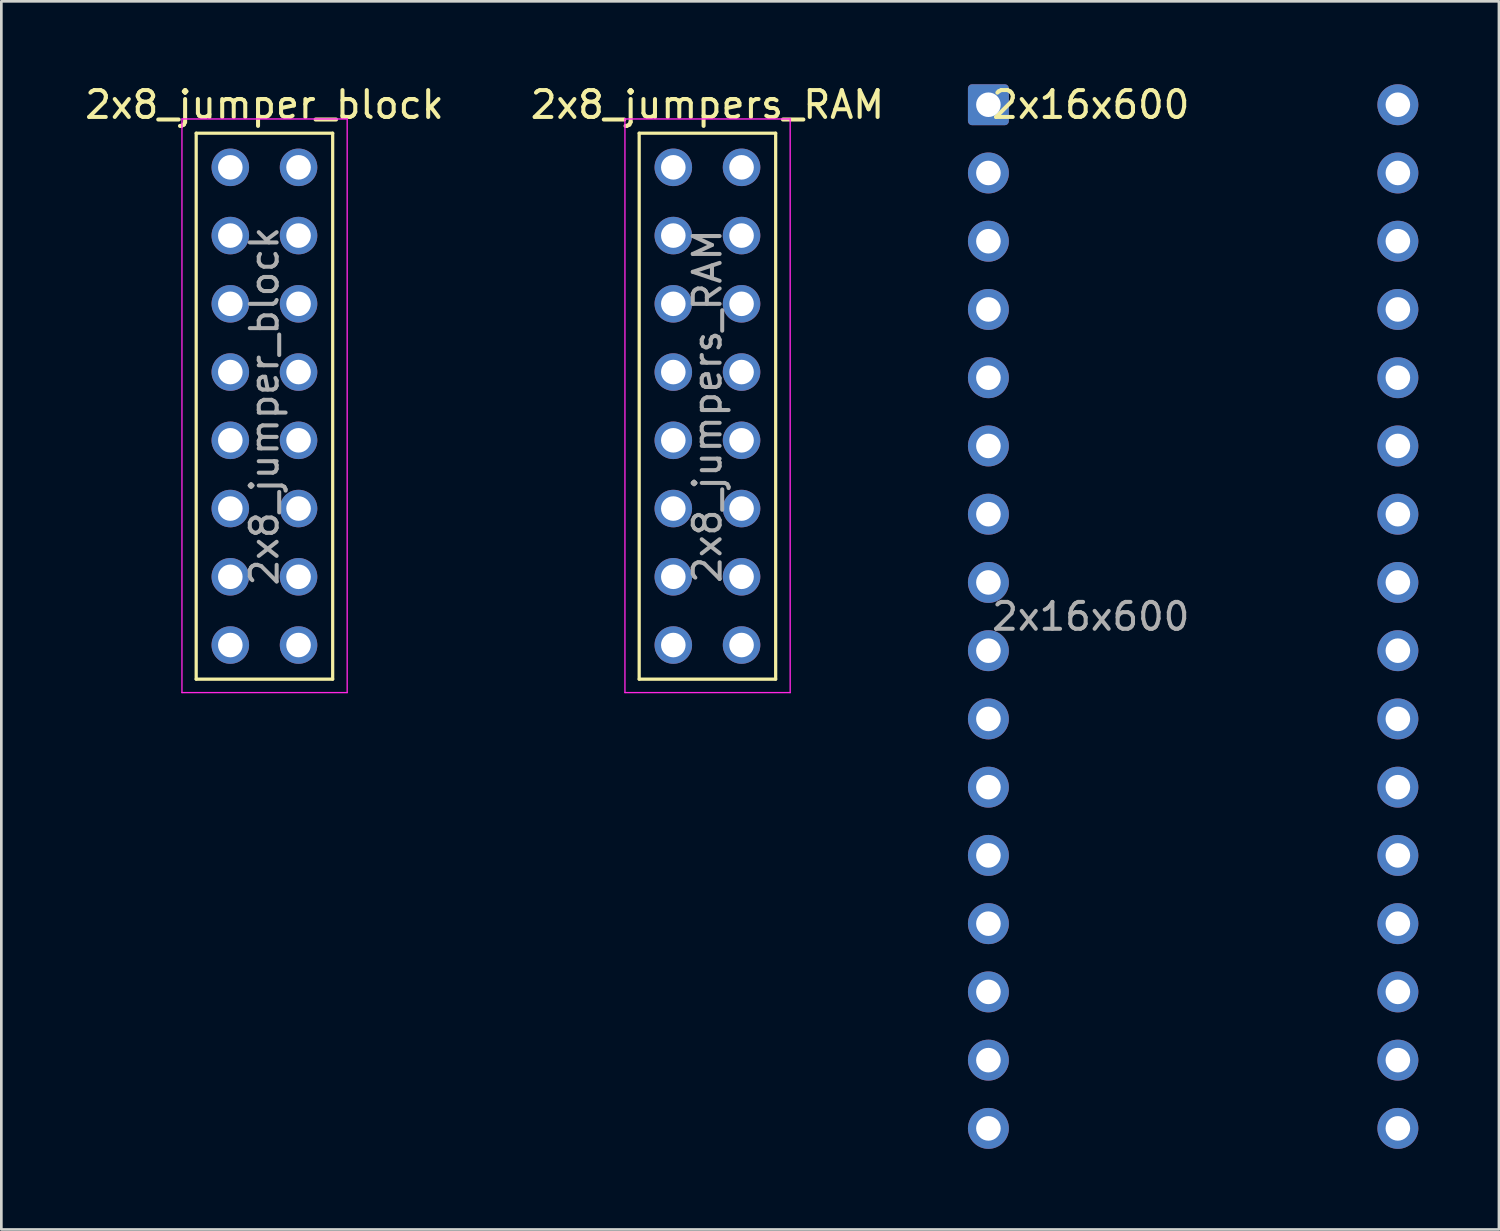
<source format=kicad_pcb>
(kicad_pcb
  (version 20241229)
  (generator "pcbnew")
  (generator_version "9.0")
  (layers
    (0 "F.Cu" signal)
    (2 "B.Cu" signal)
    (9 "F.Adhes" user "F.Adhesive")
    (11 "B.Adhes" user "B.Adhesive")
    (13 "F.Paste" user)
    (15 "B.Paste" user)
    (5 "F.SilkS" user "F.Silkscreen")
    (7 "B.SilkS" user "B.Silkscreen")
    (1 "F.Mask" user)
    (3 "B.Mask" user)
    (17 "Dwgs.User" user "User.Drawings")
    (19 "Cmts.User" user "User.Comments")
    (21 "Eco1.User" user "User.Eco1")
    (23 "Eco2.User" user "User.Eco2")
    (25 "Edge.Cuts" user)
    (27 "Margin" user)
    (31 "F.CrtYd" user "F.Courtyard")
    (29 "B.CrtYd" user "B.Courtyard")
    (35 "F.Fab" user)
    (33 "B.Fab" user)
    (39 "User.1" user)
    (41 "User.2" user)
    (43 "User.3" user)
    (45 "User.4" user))
  (footprint "2x16x600"
    (layer "F.Cu")
    (at 41.358 19.898)
    (property "Reference" "2x16x600" (at -3.81 -19.05 0) (layer "F.SilkS") (effects (font (size 1 1) (thickness 0.15))))
    (attr through_hole)
    (fp_text user "${REFERENCE}" (at -3.81 0 0) (layer "F.Fab") (effects (font (size 1 1) (thickness 0.15))))
    (pad "1" thru_hole roundrect (at -7.62 -19.05) (size 1.524 1.524) (drill 0.914) (layers "*.Cu" "*.Mask") (roundrect_rratio 0.1))
    (pad "2" thru_hole circle (at -7.62 -16.51) (size 1.524 1.524) (drill 0.914) (layers "*.Cu" "*.Mask"))
    (pad "3" thru_hole circle (at -7.62 -13.97) (size 1.524 1.524) (drill 0.914) (layers "*.Cu" "*.Mask"))
    (pad "4" thru_hole circle (at -7.62 -11.43) (size 1.524 1.524) (drill 0.914) (layers "*.Cu" "*.Mask"))
    (pad "5" thru_hole circle (at -7.62 -8.89) (size 1.524 1.524) (drill 0.914) (layers "*.Cu" "*.Mask"))
    (pad "6" thru_hole circle (at -7.62 -6.35) (size 1.524 1.524) (drill 0.914) (layers "*.Cu" "*.Mask"))
    (pad "7" thru_hole circle (at -7.62 -3.81) (size 1.524 1.524) (drill 0.914) (layers "*.Cu" "*.Mask"))
    (pad "8" thru_hole circle (at -7.62 -1.27) (size 1.524 1.524) (drill 0.914) (layers "*.Cu" "*.Mask"))
    (pad "9" thru_hole circle (at -7.62 1.27) (size 1.524 1.524) (drill 0.914) (layers "*.Cu" "*.Mask"))
    (pad "10" thru_hole circle (at -7.62 3.81) (size 1.524 1.524) (drill 0.914) (layers "*.Cu" "*.Mask"))
    (pad "11" thru_hole circle (at -7.62 6.35) (size 1.524 1.524) (drill 0.914) (layers "*.Cu" "*.Mask"))
    (pad "12" thru_hole circle (at -7.62 8.89) (size 1.524 1.524) (drill 0.914) (layers "*.Cu" "*.Mask"))
    (pad "13" thru_hole circle (at -7.62 11.43) (size 1.524 1.524) (drill 0.914) (layers "*.Cu" "*.Mask"))
    (pad "14" thru_hole circle (at -7.62 13.97) (size 1.524 1.524) (drill 0.914) (layers "*.Cu" "*.Mask"))
    (pad "15" thru_hole circle (at -7.62 16.51) (size 1.524 1.524) (drill 0.914) (layers "*.Cu" "*.Mask"))
    (pad "16" thru_hole circle (at -7.62 19.05) (size 1.524 1.524) (drill 0.914) (layers "*.Cu" "*.Mask"))
    (pad "17" thru_hole circle (at 7.62 19.05) (size 1.524 1.524) (drill 0.914) (layers "*.Cu" "*.Mask"))
    (pad "18" thru_hole circle (at 7.62 16.51) (size 1.524 1.524) (drill 0.914) (layers "*.Cu" "*.Mask"))
    (pad "19" thru_hole circle (at 7.62 13.97) (size 1.524 1.524) (drill 0.914) (layers "*.Cu" "*.Mask"))
    (pad "20" thru_hole circle (at 7.62 11.43) (size 1.524 1.524) (drill 0.914) (layers "*.Cu" "*.Mask"))
    (pad "21" thru_hole circle (at 7.62 8.89) (size 1.524 1.524) (drill 0.914) (layers "*.Cu" "*.Mask"))
    (pad "22" thru_hole circle (at 7.62 6.35) (size 1.524 1.524) (drill 0.914) (layers "*.Cu" "*.Mask"))
    (pad "23" thru_hole circle (at 7.62 3.81) (size 1.524 1.524) (drill 0.914) (layers "*.Cu" "*.Mask"))
    (pad "24" thru_hole circle (at 7.62 1.27) (size 1.524 1.524) (drill 0.914) (layers "*.Cu" "*.Mask"))
    (pad "25" thru_hole circle (at 7.62 -1.27) (size 1.524 1.524) (drill 0.914) (layers "*.Cu" "*.Mask"))
    (pad "26" thru_hole circle (at 7.62 -3.81) (size 1.524 1.524) (drill 0.914) (layers "*.Cu" "*.Mask"))
    (pad "27" thru_hole circle (at 7.62 -6.35) (size 1.524 1.524) (drill 0.914) (layers "*.Cu" "*.Mask"))
    (pad "28" thru_hole circle (at 7.62 -8.89) (size 1.524 1.524) (drill 0.914) (layers "*.Cu" "*.Mask"))
    (pad "29" thru_hole circle (at 7.62 -11.43) (size 1.524 1.524) (drill 0.914) (layers "*.Cu" "*.Mask"))
    (pad "30" thru_hole circle (at 7.62 -13.97) (size 1.524 1.524) (drill 0.914) (layers "*.Cu" "*.Mask"))
    (pad "31" thru_hole circle (at 7.62 -16.51) (size 1.524 1.524) (drill 0.914) (layers "*.Cu" "*.Mask"))
    (pad "32" thru_hole circle (at 7.62 -19.05) (size 1.524 1.524) (drill 0.914) (layers "*.Cu" "*.Mask")))
  (footprint "2x8_jumpers_RAM"
    (layer "F.Cu")
    (at 22.01 3.178)
    (property "Reference" "2x8_jumpers_RAM" (at 1.27 -2.33 0) (layer "F.SilkS") (effects (font (size 1 1) (thickness 0.15))))
    (attr through_hole)
    (fp_line (start -1.27 -1.27) (end 3.81 -1.27) (stroke (width 0.12) (type solid)) (layer "F.SilkS"))
    (fp_line (start -1.27 19.05) (end -1.27 -1.27) (stroke (width 0.12) (type solid)) (layer "F.SilkS"))
    (fp_line (start 3.81 -1.27) (end 3.81 19.05) (stroke (width 0.12) (type solid)) (layer "F.SilkS"))
    (fp_line (start 3.81 19.05) (end -1.27 19.05) (stroke (width 0.12) (type solid)) (layer "F.SilkS"))
    (fp_line (start -1.8 -1.8) (end -1.8 19.55) (stroke (width 0.05) (type solid)) (layer "F.CrtYd"))
    (fp_line (start -1.8 19.55) (end 4.35 19.55) (stroke (width 0.05) (type solid)) (layer "F.CrtYd"))
    (fp_line (start 4.35 -1.8) (end -1.8 -1.8) (stroke (width 0.05) (type solid)) (layer "F.CrtYd"))
    (fp_line (start 4.35 19.55) (end 4.35 -1.8) (stroke (width 0.05) (type solid)) (layer "F.CrtYd"))
    (fp_text user "${REFERENCE}" (at 1.27 8.89 90) (layer "F.Fab") (effects (font (size 1 1) (thickness 0.15))))
    (pad "1" thru_hole circle (at 0 0) (size 1.397 1.397) (drill 0.914) (layers "*.Cu" "*.Mask"))
    (pad "2" thru_hole circle (at 2.54 0) (size 1.397 1.397) (drill 0.914) (layers "*.Cu" "*.Mask"))
    (pad "3" thru_hole circle (at 0 2.54) (size 1.397 1.397) (drill 0.914) (layers "*.Cu" "*.Mask"))
    (pad "4" thru_hole circle (at 2.54 2.54) (size 1.397 1.397) (drill 0.914) (layers "*.Cu" "*.Mask"))
    (pad "5" thru_hole circle (at 0 5.08) (size 1.397 1.397) (drill 0.914) (layers "*.Cu" "*.Mask"))
    (pad "6" thru_hole circle (at 2.54 5.08) (size 1.397 1.397) (drill 0.914) (layers "*.Cu" "*.Mask"))
    (pad "7" thru_hole circle (at 0 7.62) (size 1.397 1.397) (drill 0.914) (layers "*.Cu" "*.Mask"))
    (pad "8" thru_hole circle (at 2.54 7.62) (size 1.397 1.397) (drill 0.914) (layers "*.Cu" "*.Mask"))
    (pad "9" thru_hole circle (at 0 10.16) (size 1.397 1.397) (drill 0.914) (layers "*.Cu" "*.Mask"))
    (pad "10" thru_hole circle (at 2.54 10.16) (size 1.397 1.397) (drill 0.914) (layers "*.Cu" "*.Mask"))
    (pad "11" thru_hole circle (at 0 12.7) (size 1.397 1.397) (drill 0.914) (layers "*.Cu" "*.Mask"))
    (pad "12" thru_hole circle (at 2.54 12.7) (size 1.397 1.397) (drill 0.914) (layers "*.Cu" "*.Mask"))
    (pad "13" thru_hole circle (at 0 15.24) (size 1.397 1.397) (drill 0.914) (layers "*.Cu" "*.Mask"))
    (pad "14" thru_hole circle (at 2.54 15.24) (size 1.397 1.397) (drill 0.914) (layers "*.Cu" "*.Mask"))
    (pad "15" thru_hole circle (at 0 17.78) (size 1.397 1.397) (drill 0.914) (layers "*.Cu" "*.Mask"))
    (pad "16" thru_hole circle (at 2.54 17.78) (size 1.397 1.397) (drill 0.914) (layers "*.Cu" "*.Mask")))
  (footprint "2x8_jumper_block"
    (layer "F.Cu")
    (at 5.522 3.178)
    (property "Reference" "2x8_jumper_block" (at 1.27 -2.33 0) (layer "F.SilkS") (effects (font (size 1 1) (thickness 0.15))))
    (attr through_hole)
    (fp_line (start -1.27 -1.27) (end 3.81 -1.27) (stroke (width 0.12) (type solid)) (layer "F.SilkS"))
    (fp_line (start -1.27 19.05) (end -1.27 -1.27) (stroke (width 0.12) (type solid)) (layer "F.SilkS"))
    (fp_line (start 3.81 -1.27) (end 3.81 19.05) (stroke (width 0.12) (type solid)) (layer "F.SilkS"))
    (fp_line (start 3.81 19.05) (end -1.27 19.05) (stroke (width 0.12) (type solid)) (layer "F.SilkS"))
    (fp_line (start -1.8 -1.8) (end -1.8 19.55) (stroke (width 0.05) (type solid)) (layer "F.CrtYd"))
    (fp_line (start -1.8 19.55) (end 4.35 19.55) (stroke (width 0.05) (type solid)) (layer "F.CrtYd"))
    (fp_line (start 4.35 -1.8) (end -1.8 -1.8) (stroke (width 0.05) (type solid)) (layer "F.CrtYd"))
    (fp_line (start 4.35 19.55) (end 4.35 -1.8) (stroke (width 0.05) (type solid)) (layer "F.CrtYd"))
    (fp_text user "${REFERENCE}" (at 1.27 8.89 90) (layer "F.Fab") (effects (font (size 1 1) (thickness 0.15))))
    (pad "1" thru_hole circle (at 0 0) (size 1.397 1.397) (drill 0.914) (layers "*.Cu" "*.Mask"))
    (pad "2" thru_hole circle (at 2.54 0) (size 1.397 1.397) (drill 0.914) (layers "*.Cu" "*.Mask"))
    (pad "3" thru_hole circle (at 0 2.54) (size 1.397 1.397) (drill 0.914) (layers "*.Cu" "*.Mask"))
    (pad "4" thru_hole circle (at 2.54 2.54) (size 1.397 1.397) (drill 0.914) (layers "*.Cu" "*.Mask"))
    (pad "5" thru_hole circle (at 0 5.08) (size 1.397 1.397) (drill 0.914) (layers "*.Cu" "*.Mask"))
    (pad "6" thru_hole circle (at 2.54 5.08) (size 1.397 1.397) (drill 0.914) (layers "*.Cu" "*.Mask"))
    (pad "7" thru_hole circle (at 0 7.62) (size 1.397 1.397) (drill 0.914) (layers "*.Cu" "*.Mask"))
    (pad "8" thru_hole circle (at 2.54 7.62) (size 1.397 1.397) (drill 0.914) (layers "*.Cu" "*.Mask"))
    (pad "9" thru_hole circle (at 0 10.16) (size 1.397 1.397) (drill 0.914) (layers "*.Cu" "*.Mask"))
    (pad "10" thru_hole circle (at 2.54 10.16) (size 1.397 1.397) (drill 0.914) (layers "*.Cu" "*.Mask"))
    (pad "11" thru_hole circle (at 0 12.7) (size 1.397 1.397) (drill 0.914) (layers "*.Cu" "*.Mask"))
    (pad "12" thru_hole circle (at 2.54 12.7) (size 1.397 1.397) (drill 0.914) (layers "*.Cu" "*.Mask"))
    (pad "13" thru_hole circle (at 0 15.24) (size 1.397 1.397) (drill 0.914) (layers "*.Cu" "*.Mask"))
    (pad "14" thru_hole circle (at 2.54 15.24) (size 1.397 1.397) (drill 0.914) (layers "*.Cu" "*.Mask"))
    (pad "15" thru_hole circle (at 0 17.78) (size 1.397 1.397) (drill 0.914) (layers "*.Cu" "*.Mask"))
    (pad "16" thru_hole circle (at 2.54 17.78) (size 1.397 1.397) (drill 0.914) (layers "*.Cu" "*.Mask")))
  (gr_rect
    (start -3 -3)
    (end 52.74 42.71)
    (stroke (width 0.1) (type default))
    (fill no)
    (layer "Edge.Cuts")))
</source>
